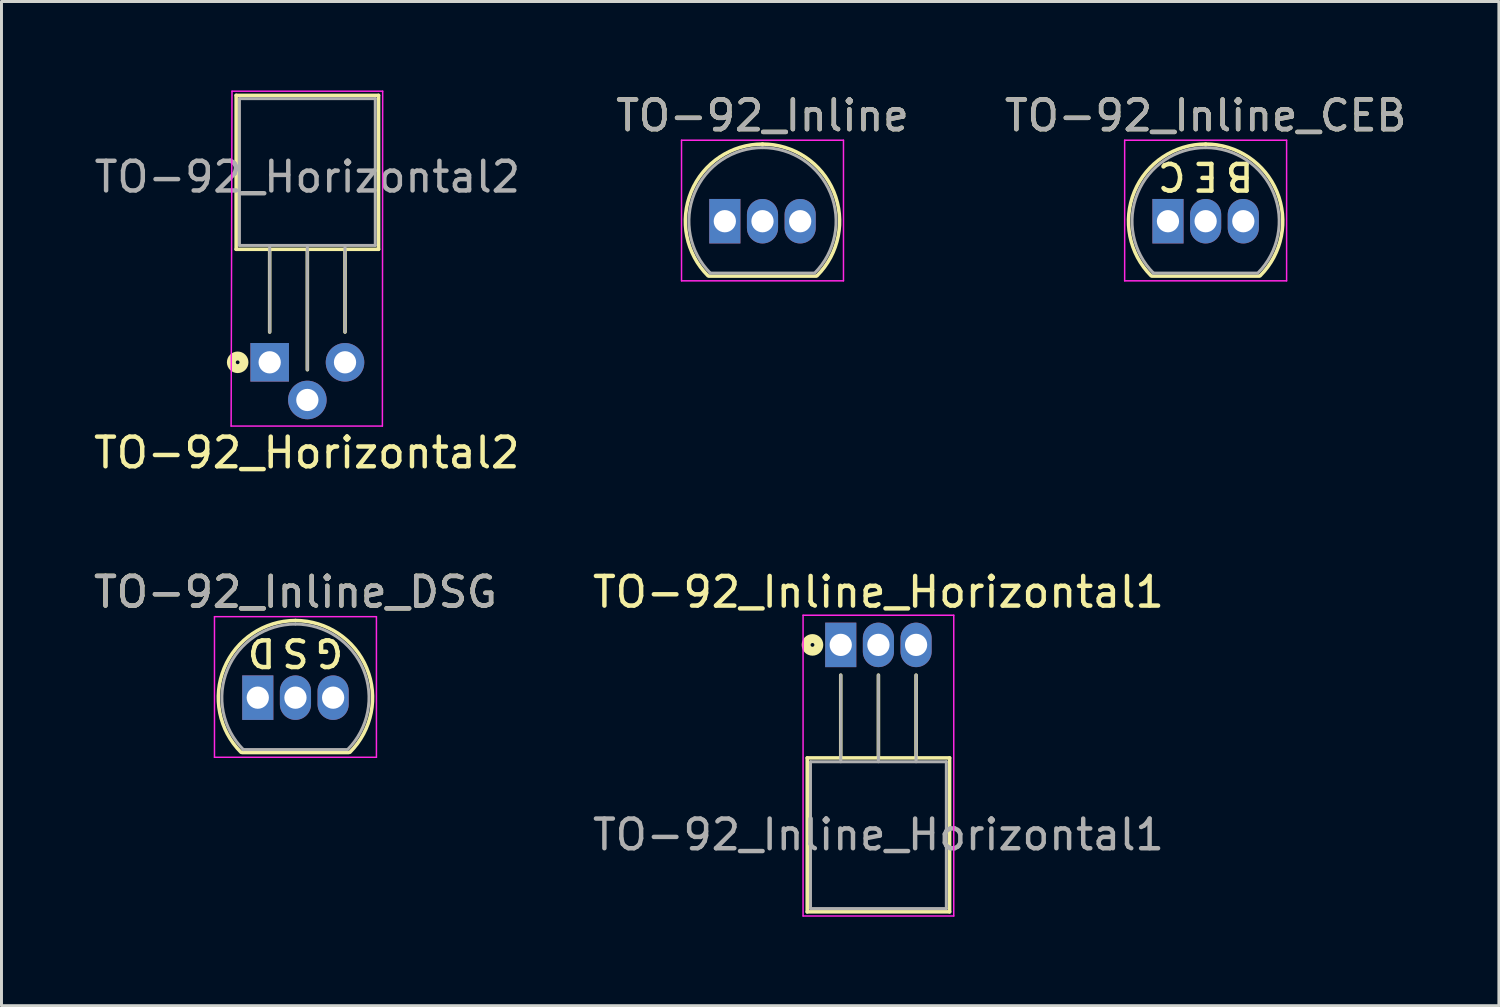
<source format=kicad_pcb>
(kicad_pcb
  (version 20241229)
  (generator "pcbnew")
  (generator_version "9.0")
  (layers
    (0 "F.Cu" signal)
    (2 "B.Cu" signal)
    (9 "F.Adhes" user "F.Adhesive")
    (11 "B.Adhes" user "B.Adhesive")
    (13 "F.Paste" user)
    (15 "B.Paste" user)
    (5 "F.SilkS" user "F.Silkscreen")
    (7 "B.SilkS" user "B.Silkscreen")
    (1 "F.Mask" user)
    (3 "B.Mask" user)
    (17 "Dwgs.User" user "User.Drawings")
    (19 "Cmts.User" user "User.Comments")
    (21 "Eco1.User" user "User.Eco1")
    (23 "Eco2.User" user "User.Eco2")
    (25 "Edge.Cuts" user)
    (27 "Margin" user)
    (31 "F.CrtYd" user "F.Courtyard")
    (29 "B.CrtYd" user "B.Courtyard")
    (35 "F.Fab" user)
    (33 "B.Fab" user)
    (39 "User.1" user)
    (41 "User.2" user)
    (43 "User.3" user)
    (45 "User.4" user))
  (footprint "TO-92_Inline"
    (layer "F.Cu")
    (at 21.387 4.408)
    (property "Reference" "TO-92_Inline" (at 1.27 -3.56 0) (layer "F.SilkS") (effects (font (size 1 1) (thickness 0.15))))
    (attr through_hole)
    (fp_line (start -0.53 1.85) (end 3.07 1.85) (stroke (width 0.12) (type solid)) (layer "F.SilkS"))
    (fp_arc (start -0.568478 1.838478) (mid -1.132087 -0.994977) (end 1.27 -2.6) (stroke (width 0.12) (type solid)) (layer "F.SilkS"))
    (fp_arc (start 1.27 -2.6) (mid 3.672087 -0.994977) (end 3.108478 1.838478) (stroke (width 0.12) (type solid)) (layer "F.SilkS"))
    (fp_line (start -1.46 -2.73) (end -1.46 2.01) (stroke (width 0.05) (type solid)) (layer "F.CrtYd"))
    (fp_line (start -1.46 -2.73) (end 4 -2.73) (stroke (width 0.05) (type solid)) (layer "F.CrtYd"))
    (fp_line (start 4 2.01) (end -1.46 2.01) (stroke (width 0.05) (type solid)) (layer "F.CrtYd"))
    (fp_line (start 4 2.01) (end 4 -2.73) (stroke (width 0.05) (type solid)) (layer "F.CrtYd"))
    (fp_line (start -0.5 1.75) (end 3 1.75) (stroke (width 0.1) (type solid)) (layer "F.Fab"))
    (fp_arc (start -0.483625 1.753625) (mid -1.021221 -0.949055) (end 1.27 -2.48) (stroke (width 0.1) (type solid)) (layer "F.Fab"))
    (fp_arc (start 1.27 -2.48) (mid 3.561221 -0.949055) (end 3.023625 1.753625) (stroke (width 0.1) (type solid)) (layer "F.Fab"))
    (fp_text user "${REFERENCE}" (at 1.27 -3.56 0) (layer "F.Fab") (effects (font (size 1 1) (thickness 0.15))))
    (pad "1" thru_hole rect (at 0 0) (size 1.05 1.5) (drill 0.75) (layers "*.Cu" "*.Mask"))
    (pad "2" thru_hole oval (at 1.27 0) (size 1.05 1.5) (drill 0.75) (layers "*.Cu" "*.Mask"))
    (pad "3" thru_hole oval (at 2.54 0) (size 1.05 1.5) (drill 0.75) (layers "*.Cu" "*.Mask")))
  (footprint "TO-92_Horizontal2"
    (layer "F.Cu")
    (at 6.042 9.165)
    (property "Reference" "TO-92_Horizontal2" (at 1.25 3.05 0) (layer "F.SilkS") (effects (font (size 1 1) (thickness 0.15))))
    (attr through_hole)
    (fp_line (start -1.13 -9) (end -1.13 -3.81) (stroke (width 0.12) (type solid)) (layer "F.SilkS"))
    (fp_line (start -1.13 -3.81) (end 3.67 -3.81) (stroke (width 0.12) (type solid)) (layer "F.SilkS"))
    (fp_line (start 0 -1.02) (end 0 -3.81) (stroke (width 0.12) (type solid)) (layer "F.SilkS"))
    (fp_line (start 1.27 0.25) (end 1.27 -3.81) (stroke (width 0.12) (type solid)) (layer "F.SilkS"))
    (fp_line (start 2.54 -1.02) (end 2.54 -3.81) (stroke (width 0.12) (type solid)) (layer "F.SilkS"))
    (fp_line (start 3.67 -9) (end -1.13 -9) (stroke (width 0.12) (type solid)) (layer "F.SilkS"))
    (fp_line (start 3.67 -3.81) (end 3.67 -9) (stroke (width 0.12) (type solid)) (layer "F.SilkS"))
    (fp_circle (center -1.079 0) (end -1.016 0) (stroke (width 0.3) (type solid)) (fill no) (layer "F.SilkS"))
    (fp_line (start -1.27 -9.14) (end -1.3 2.15) (stroke (width 0.05) (type solid)) (layer "F.CrtYd"))
    (fp_line (start -1.27 -9.14) (end 3.81 -9.14) (stroke (width 0.05) (type solid)) (layer "F.CrtYd"))
    (fp_line (start 3.8 2.15) (end -1.3 2.15) (stroke (width 0.05) (type solid)) (layer "F.CrtYd"))
    (fp_line (start 3.8 2.15) (end 3.81 -9.14) (stroke (width 0.05) (type solid)) (layer "F.CrtYd"))
    (fp_line (start -1.02 -8.89) (end -1.02 -3.94) (stroke (width 0.1) (type solid)) (layer "F.Fab"))
    (fp_line (start -1.02 -3.94) (end 3.56 -3.94) (stroke (width 0.1) (type solid)) (layer "F.Fab"))
    (fp_line (start 0 -3.94) (end 0 -1.02) (stroke (width 0.1) (type solid)) (layer "F.Fab"))
    (fp_line (start 1.27 -3.94) (end 1.27 0.25) (stroke (width 0.1) (type solid)) (layer "F.Fab"))
    (fp_line (start 2.54 -3.94) (end 2.54 -1.02) (stroke (width 0.1) (type solid)) (layer "F.Fab"))
    (fp_line (start 3.56 -8.89) (end -1.02 -8.89) (stroke (width 0.1) (type solid)) (layer "F.Fab"))
    (fp_line (start 3.56 -3.94) (end 3.56 -8.89) (stroke (width 0.1) (type solid)) (layer "F.Fab"))
    (fp_text user "${REFERENCE}" (at 1.27 -6.25 0) (layer "F.Fab") (effects (font (size 1 1) (thickness 0.15))))
    (pad "1" thru_hole rect (at 0 0 270) (size 1.3 1.3) (drill 0.75) (layers "*.Cu" "*.Mask"))
    (pad "2" thru_hole circle (at 1.27 1.27 270) (size 1.3 1.3) (drill 0.75) (layers "*.Cu" "*.Mask"))
    (pad "3" thru_hole circle (at 2.54 0 270) (size 1.3 1.3) (drill 0.75) (layers "*.Cu" "*.Mask")))
  (footprint "TO-92_Inline_Horizontal1"
    (layer "F.Cu")
    (at 25.295 18.692)
    (property "Reference" "TO-92_Inline_Horizontal1" (at 1.27 -1.78 0) (layer "F.SilkS") (effects (font (size 1 1) (thickness 0.15))))
    (attr through_hole)
    (fp_line (start -1.13 3.81) (end 3.67 3.81) (stroke (width 0.12) (type solid)) (layer "F.SilkS"))
    (fp_line (start -1.13 9) (end -1.13 3.81) (stroke (width 0.12) (type solid)) (layer "F.SilkS"))
    (fp_line (start 0 1.02) (end 0 3.81) (stroke (width 0.12) (type solid)) (layer "F.SilkS"))
    (fp_line (start 1.27 1.02) (end 1.27 3.81) (stroke (width 0.12) (type solid)) (layer "F.SilkS"))
    (fp_line (start 2.54 1.02) (end 2.54 3.81) (stroke (width 0.12) (type solid)) (layer "F.SilkS"))
    (fp_line (start 3.67 3.81) (end 3.67 9) (stroke (width 0.12) (type solid)) (layer "F.SilkS"))
    (fp_line (start 3.67 9) (end -1.13 9) (stroke (width 0.12) (type solid)) (layer "F.SilkS"))
    (fp_circle (center -0.953 0) (end -0.889 0) (stroke (width 0.3) (type solid)) (fill no) (layer "F.SilkS"))
    (fp_line (start -1.27 -1) (end -1.27 9.14) (stroke (width 0.05) (type solid)) (layer "F.CrtYd"))
    (fp_line (start -1.27 -1) (end 3.81 -1) (stroke (width 0.05) (type solid)) (layer "F.CrtYd"))
    (fp_line (start 3.81 9.14) (end -1.27 9.14) (stroke (width 0.05) (type solid)) (layer "F.CrtYd"))
    (fp_line (start 3.81 9.14) (end 3.81 -1) (stroke (width 0.05) (type solid)) (layer "F.CrtYd"))
    (fp_line (start -1.02 3.94) (end 3.56 3.94) (stroke (width 0.1) (type solid)) (layer "F.Fab"))
    (fp_line (start -1.02 8.89) (end -1.02 3.94) (stroke (width 0.1) (type solid)) (layer "F.Fab"))
    (fp_line (start 0 3.94) (end 0 1.02) (stroke (width 0.1) (type solid)) (layer "F.Fab"))
    (fp_line (start 1.27 3.94) (end 1.27 1.02) (stroke (width 0.1) (type solid)) (layer "F.Fab"))
    (fp_line (start 2.54 3.94) (end 2.54 1.02) (stroke (width 0.1) (type solid)) (layer "F.Fab"))
    (fp_line (start 3.56 3.94) (end 3.56 8.89) (stroke (width 0.1) (type solid)) (layer "F.Fab"))
    (fp_line (start 3.56 8.89) (end -1.02 8.89) (stroke (width 0.1) (type solid)) (layer "F.Fab"))
    (fp_text user "${REFERENCE}" (at 1.27 6.4 0) (layer "F.Fab") (effects (font (size 1 1) (thickness 0.15))))
    (pad "1" thru_hole rect (at 0 0) (size 1.05 1.5) (drill 0.75) (layers "*.Cu" "*.Mask"))
    (pad "2" thru_hole oval (at 1.27 0) (size 1.05 1.5) (drill 0.75) (layers "*.Cu" "*.Mask"))
    (pad "3" thru_hole oval (at 2.54 0) (size 1.05 1.5) (drill 0.75) (layers "*.Cu" "*.Mask")))
  (footprint "TO-92_Inline_CEB"
    (layer "F.Cu")
    (at 36.327 4.408)
    (property "Reference" "TO-92_Inline_CEB" (at 1.27 -3.56 0) (layer "F.SilkS") (effects (font (size 1 1) (thickness 0.15))))
    (fp_line (start -0.53 1.85) (end 3.07 1.85) (stroke (width 0.12) (type solid)) (layer "F.SilkS"))
    (fp_arc (start -0.568478 1.838478) (mid -1.132087 -0.994977) (end 1.27 -2.6) (stroke (width 0.12) (type solid)) (layer "F.SilkS"))
    (fp_arc (start 1.27 -2.6) (mid 3.672087 -0.994977) (end 3.108478 1.838478) (stroke (width 0.12) (type solid)) (layer "F.SilkS"))
    (fp_line (start -1.46 -2.73) (end -1.46 2.01) (stroke (width 0.05) (type solid)) (layer "F.CrtYd"))
    (fp_line (start -1.46 -2.73) (end 4 -2.73) (stroke (width 0.05) (type solid)) (layer "F.CrtYd"))
    (fp_line (start 4 2.01) (end -1.46 2.01) (stroke (width 0.05) (type solid)) (layer "F.CrtYd"))
    (fp_line (start 4 2.01) (end 4 -2.73) (stroke (width 0.05) (type solid)) (layer "F.CrtYd"))
    (fp_line (start -0.5 1.75) (end 3 1.75) (stroke (width 0.1) (type solid)) (layer "F.Fab"))
    (fp_arc (start -0.483625 1.753625) (mid -1.021221 -0.949055) (end 1.27 -2.48) (stroke (width 0.1) (type solid)) (layer "F.Fab"))
    (fp_arc (start 1.27 -2.48) (mid 3.561221 -0.949055) (end 3.023625 1.753625) (stroke (width 0.1) (type solid)) (layer "F.Fab"))
    (fp_text user "B" (at 2.413 -1.524 180) (unlocked yes) (layer "F.SilkS") (effects (font (size 0.9 0.9) (thickness 0.15))))
    (fp_text user "E" (at 1.27 -1.524 180) (unlocked yes) (layer "F.SilkS") (effects (font (size 0.9 0.9) (thickness 0.15))))
    (fp_text user "C" (at 0.127 -1.524 180) (unlocked yes) (layer "F.SilkS") (effects (font (size 0.9 0.9) (thickness 0.15))))
    (fp_text user "${REFERENCE}" (at 1.27 -3.56 0) (layer "F.Fab") (effects (font (size 1 1) (thickness 0.15))))
    (pad "1" thru_hole rect (at 0 0) (size 1.05 1.5) (drill 0.75) (layers "*.Cu" "*.Mask"))
    (pad "2" thru_hole oval (at 1.27 0) (size 1.05 1.5) (drill 0.75) (layers "*.Cu" "*.Mask"))
    (pad "3" thru_hole oval (at 2.54 0) (size 1.05 1.5) (drill 0.75) (layers "*.Cu" "*.Mask")))
  (footprint "TO-92_Inline_DSG"
    (layer "F.Cu")
    (at 5.641 20.471)
    (property "Reference" "TO-92_Inline_DSG" (at 1.27 -3.56 0) (layer "F.SilkS") (effects (font (size 1 1) (thickness 0.15))))
    (fp_line (start -0.53 1.85) (end 3.07 1.85) (stroke (width 0.12) (type solid)) (layer "F.SilkS"))
    (fp_arc (start -0.568478 1.838478) (mid -1.132087 -0.994977) (end 1.27 -2.6) (stroke (width 0.12) (type solid)) (layer "F.SilkS"))
    (fp_arc (start 1.27 -2.6) (mid 3.672087 -0.994977) (end 3.108478 1.838478) (stroke (width 0.12) (type solid)) (layer "F.SilkS"))
    (fp_line (start -1.46 -2.73) (end -1.46 2.01) (stroke (width 0.05) (type solid)) (layer "F.CrtYd"))
    (fp_line (start -1.46 -2.73) (end 4 -2.73) (stroke (width 0.05) (type solid)) (layer "F.CrtYd"))
    (fp_line (start 4 2.01) (end -1.46 2.01) (stroke (width 0.05) (type solid)) (layer "F.CrtYd"))
    (fp_line (start 4 2.01) (end 4 -2.73) (stroke (width 0.05) (type solid)) (layer "F.CrtYd"))
    (fp_line (start -0.5 1.75) (end 3 1.75) (stroke (width 0.1) (type solid)) (layer "F.Fab"))
    (fp_arc (start -0.483625 1.753625) (mid -1.021221 -0.949055) (end 1.27 -2.48) (stroke (width 0.1) (type solid)) (layer "F.Fab"))
    (fp_arc (start 1.27 -2.48) (mid 3.561221 -0.949055) (end 3.023625 1.753625) (stroke (width 0.1) (type solid)) (layer "F.Fab"))
    (fp_text user "S" (at 1.27 -1.524 180) (unlocked yes) (layer "F.SilkS") (effects (font (size 0.9 0.9) (thickness 0.15))))
    (fp_text user "G" (at 2.413 -1.524 180) (unlocked yes) (layer "F.SilkS") (effects (font (size 0.9 0.9) (thickness 0.15))))
    (fp_text user "D" (at 0.127 -1.524 180) (unlocked yes) (layer "F.SilkS") (effects (font (size 0.9 0.9) (thickness 0.15))))
    (fp_text user "${REFERENCE}" (at 1.27 -3.56 0) (layer "F.Fab") (effects (font (size 1 1) (thickness 0.15))))
    (pad "1" thru_hole rect (at 0 0) (size 1.05 1.5) (drill 0.75) (layers "*.Cu" "*.Mask"))
    (pad "2" thru_hole oval (at 1.27 0) (size 1.05 1.5) (drill 0.75) (layers "*.Cu" "*.Mask"))
    (pad "3" thru_hole oval (at 2.54 0) (size 1.05 1.5) (drill 0.75) (layers "*.Cu" "*.Mask")))
  (gr_rect
    (start -3 -3)
    (end 47.484 30.857)
    (stroke (width 0.1) (type default))
    (fill no)
    (layer "Edge.Cuts")))
</source>
